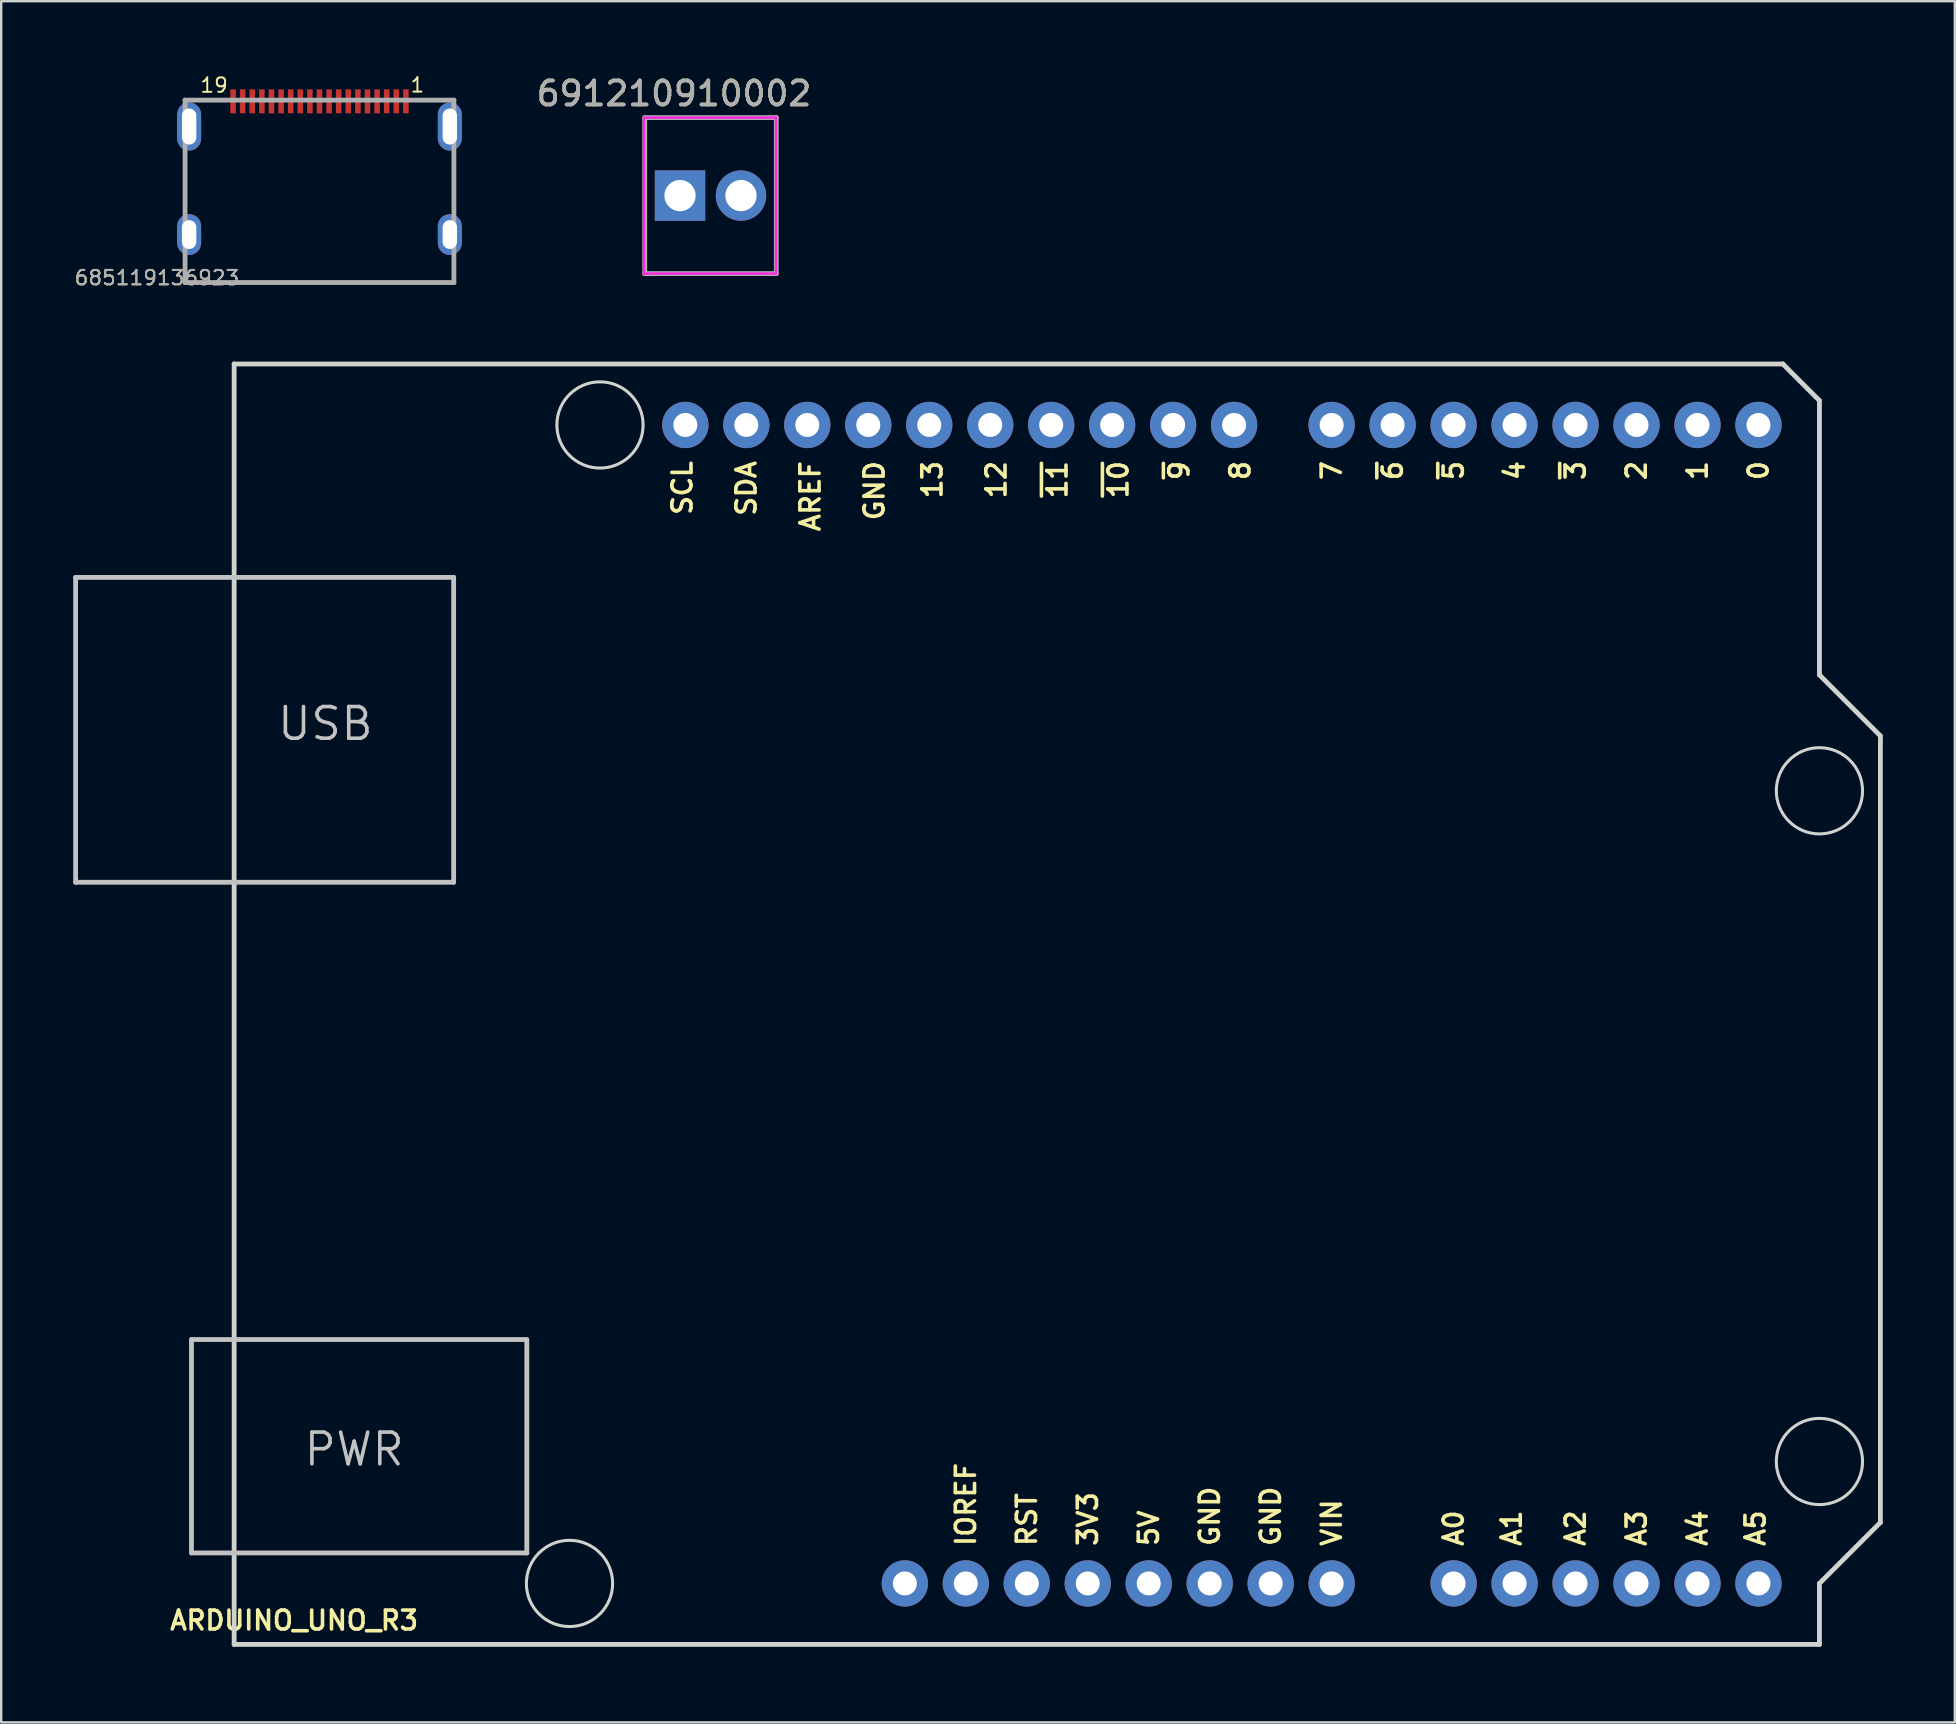
<source format=kicad_pcb>
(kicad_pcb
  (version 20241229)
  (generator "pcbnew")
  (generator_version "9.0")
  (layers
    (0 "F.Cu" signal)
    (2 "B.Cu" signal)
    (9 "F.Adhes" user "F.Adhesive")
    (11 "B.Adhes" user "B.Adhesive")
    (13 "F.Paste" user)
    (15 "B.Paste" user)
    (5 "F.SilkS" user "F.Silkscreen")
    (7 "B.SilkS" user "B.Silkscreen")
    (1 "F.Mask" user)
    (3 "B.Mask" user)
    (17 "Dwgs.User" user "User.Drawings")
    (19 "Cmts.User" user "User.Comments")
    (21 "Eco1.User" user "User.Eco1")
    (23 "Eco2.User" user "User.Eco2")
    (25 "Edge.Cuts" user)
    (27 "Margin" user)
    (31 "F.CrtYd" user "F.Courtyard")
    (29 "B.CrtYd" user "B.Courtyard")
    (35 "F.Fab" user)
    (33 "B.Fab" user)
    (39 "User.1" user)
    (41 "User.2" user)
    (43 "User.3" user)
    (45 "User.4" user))
  (footprint "685119136923"
    (layer "F.Cu")
    (at 10.259 4.471)
    (property "Reference" "685119136923" (at -6.77 4.05 0) (layer "F.SilkS") (effects (font (size 0.6 0.6) (thickness 0.08))))
    (attr through_hole)
    (fp_line (start -5.6 -0.85) (end -5.6 0.95) (stroke (width 0.1) (type solid)) (layer "F.SilkS"))
    (fp_line (start -5.6 3.65) (end -5.6 4.25) (stroke (width 0.1) (type solid)) (layer "F.SilkS"))
    (fp_line (start -5.6 4.25) (end 5.6 4.25) (stroke (width 0.1) (type solid)) (layer "F.SilkS"))
    (fp_line (start -4.8 -3.35) (end -4 -3.35) (stroke (width 0.1) (type solid)) (layer "F.SilkS"))
    (fp_line (start 4 -3.35) (end 4.8 -3.35) (stroke (width 0.1) (type solid)) (layer "F.SilkS"))
    (fp_line (start 5.6 -0.85) (end 5.6 0.95) (stroke (width 0.1) (type solid)) (layer "F.SilkS"))
    (fp_line (start 5.6 4.25) (end 5.6 3.65) (stroke (width 0.1) (type solid)) (layer "F.SilkS"))
    (fp_line (start -5.6 -3.35) (end 5.6 -3.35) (stroke (width 0.2) (type solid)) (layer "F.Fab"))
    (fp_line (start -5.6 4.25) (end -5.6 -3.35) (stroke (width 0.2) (type solid)) (layer "F.Fab"))
    (fp_line (start 5.6 -3.35) (end 5.6 4.25) (stroke (width 0.2) (type solid)) (layer "F.Fab"))
    (fp_line (start 5.6 4.25) (end -5.6 4.25) (stroke (width 0.2) (type solid)) (layer "F.Fab"))
    (fp_text user "1" (at 4.08 -3.98 0) (unlocked yes) (layer "F.SilkS") (effects (font (size 0.6 0.6) (thickness 0.08))))
    (fp_text user "19" (at -4.39 -3.97 0) (unlocked yes) (layer "F.SilkS") (effects (font (size 0.6 0.6) (thickness 0.08))))
    (fp_text user "${REFERENCE}" (at -6.77 4.05 0) (layer "F.Fab") (effects (font (size 0.6 0.6) (thickness 0.08))))
    (pad "1" smd rect (at 3.6 -3.3) (size 0.23 1) (layers "F.Cu" "F.Mask" "F.Paste"))
    (pad "2" smd rect (at 3.2 -3.3) (size 0.23 1) (layers "F.Cu" "F.Mask" "F.Paste"))
    (pad "3" smd rect (at 2.8 -3.3) (size 0.23 1) (layers "F.Cu" "F.Mask" "F.Paste"))
    (pad "4" smd rect (at 2.4 -3.3) (size 0.23 1) (layers "F.Cu" "F.Mask" "F.Paste"))
    (pad "5" smd rect (at 2 -3.3) (size 0.23 1) (layers "F.Cu" "F.Mask" "F.Paste"))
    (pad "6" smd rect (at 1.6 -3.3) (size 0.23 1) (layers "F.Cu" "F.Mask" "F.Paste"))
    (pad "7" smd rect (at 1.2 -3.3) (size 0.23 1) (layers "F.Cu" "F.Mask" "F.Paste"))
    (pad "8" smd rect (at 0.8 -3.3) (size 0.23 1) (layers "F.Cu" "F.Mask" "F.Paste"))
    (pad "9" smd rect (at 0.4 -3.3) (size 0.23 1) (layers "F.Cu" "F.Mask" "F.Paste"))
    (pad "10" smd rect (at 0 -3.3) (size 0.23 1) (layers "F.Cu" "F.Mask" "F.Paste"))
    (pad "11" smd rect (at -0.4 -3.3) (size 0.23 1) (layers "F.Cu" "F.Mask" "F.Paste"))
    (pad "12" smd rect (at -0.8 -3.3) (size 0.23 1) (layers "F.Cu" "F.Mask" "F.Paste"))
    (pad "13" smd rect (at -1.2 -3.3) (size 0.23 1) (layers "F.Cu" "F.Mask" "F.Paste"))
    (pad "14" smd rect (at -1.6 -3.3) (size 0.23 1) (layers "F.Cu" "F.Mask" "F.Paste"))
    (pad "15" smd rect (at -2 -3.3) (size 0.23 1) (layers "F.Cu" "F.Mask" "F.Paste"))
    (pad "16" smd rect (at -2.4 -3.3) (size 0.23 1) (layers "F.Cu" "F.Mask" "F.Paste"))
    (pad "17" smd rect (at -2.8 -3.3) (size 0.23 1) (layers "F.Cu" "F.Mask" "F.Paste"))
    (pad "18" smd rect (at -3.2 -3.3) (size 0.23 1) (layers "F.Cu" "F.Mask" "F.Paste"))
    (pad "19" smd rect (at -3.6 -3.3) (size 0.23 1) (layers "F.Cu" "F.Mask" "F.Paste"))
    (pad "SH" thru_hole oval (at -5.43 -2.25) (size 1 2) (drill oval 0.6 1.5) (layers "*.Cu" "*.Mask"))
    (pad "SH" thru_hole oval (at -5.43 2.25) (size 1 1.7) (drill oval 0.6 1.2) (layers "*.Cu" "*.Mask"))
    (pad "SH" thru_hole oval (at 5.43 -2.25) (size 1 2) (drill oval 0.6 1.5) (layers "*.Cu" "*.Mask"))
    (pad "SH" thru_hole oval (at 5.43 2.25) (size 1 1.7) (drill oval 0.6 1.2) (layers "*.Cu" "*.Mask")))
  (footprint "ARDUINO_UNO_R3"
    (layer "F.Cu")
    (at 6.704 65.453)
    (property "Reference" "ARDUINO_UNO_R3" (at 2.5 -1 0) (layer "F.SilkS") (effects (font (size 0.787 0.787) (thickness 0.15))))
    (attr through_hole)
    (fp_line (start -6.604 -44.45) (end -6.604 -31.75) (stroke (width 0.2) (type solid)) (layer "Dwgs.User"))
    (fp_line (start -6.604 -31.75) (end 9.144 -31.75) (stroke (width 0.2) (type solid)) (layer "Dwgs.User"))
    (fp_line (start -1.778 -12.7) (end -1.778 -3.81) (stroke (width 0.2) (type solid)) (layer "Dwgs.User"))
    (fp_line (start -1.778 -3.81) (end 12.192 -3.81) (stroke (width 0.2) (type solid)) (layer "Dwgs.User"))
    (fp_line (start 9.144 -44.45) (end -6.604 -44.45) (stroke (width 0.2) (type solid)) (layer "Dwgs.User"))
    (fp_line (start 9.144 -31.75) (end 9.144 -44.45) (stroke (width 0.2) (type solid)) (layer "Dwgs.User"))
    (fp_line (start 12.192 -12.7) (end -1.778 -12.7) (stroke (width 0.2) (type solid)) (layer "Dwgs.User"))
    (fp_line (start 12.192 -3.81) (end 12.192 -12.7) (stroke (width 0.2) (type solid)) (layer "Dwgs.User"))
    (fp_line (start 0 -53.34) (end 0 0) (stroke (width 0.2) (type solid)) (layer "Edge.Cuts"))
    (fp_line (start 0 0) (end 66.04 0) (stroke (width 0.2) (type solid)) (layer "Edge.Cuts"))
    (fp_line (start 64.516 -53.34) (end 0 -53.34) (stroke (width 0.2) (type solid)) (layer "Edge.Cuts"))
    (fp_line (start 66.04 -51.816) (end 64.516 -53.34) (stroke (width 0.2) (type solid)) (layer "Edge.Cuts"))
    (fp_line (start 66.04 -40.386) (end 66.04 -51.816) (stroke (width 0.2) (type solid)) (layer "Edge.Cuts"))
    (fp_line (start 66.04 -2.54) (end 68.58 -5.08) (stroke (width 0.2) (type solid)) (layer "Edge.Cuts"))
    (fp_line (start 66.04 0) (end 66.04 -2.54) (stroke (width 0.2) (type solid)) (layer "Edge.Cuts"))
    (fp_line (start 68.58 -37.846) (end 66.04 -40.386) (stroke (width 0.2) (type solid)) (layer "Edge.Cuts"))
    (fp_line (start 68.58 -5.08) (end 68.58 -37.846) (stroke (width 0.2) (type solid)) (layer "Edge.Cuts"))
    (fp_circle (center 13.97 -2.54) (end 15.766 -2.54) (stroke (width 0.127) (type solid)) (fill no) (layer "Edge.Cuts"))
    (fp_circle (center 15.24 -50.8) (end 17.036 -50.8) (stroke (width 0.127) (type solid)) (fill no) (layer "Edge.Cuts"))
    (fp_circle (center 66.04 -35.56) (end 67.836 -35.56) (stroke (width 0.127) (type solid)) (fill no) (layer "Edge.Cuts"))
    (fp_circle (center 66.04 -7.62) (end 67.836 -7.62) (stroke (width 0.127) (type solid)) (fill no) (layer "Edge.Cuts"))
    (fp_text user "A5" (at 63.373 -4.841 90) (layer "F.SilkS") (effects (font (size 0.8 0.8) (thickness 0.15))))
    (fp_text user "5V" (at 38.1 -4.841 90) (layer "F.SilkS") (effects (font (size 0.8 0.8) (thickness 0.15))))
    (fp_text user "0" (at 63.5 -48.9 90) (layer "F.SilkS") (effects (font (size 0.8 0.8) (thickness 0.15))))
    (fp_text user "AREF" (at 24.003 -47.833 90) (layer "F.SilkS") (effects (font (size 0.8 0.8) (thickness 0.15))))
    (fp_text user "GND" (at 40.64 -5.337 90) (layer "F.SilkS") (effects (font (size 0.8 0.8) (thickness 0.15))))
    (fp_text user "~{10}" (at 36.83 -48.519 90) (layer "F.SilkS") (effects (font (size 0.8 0.8) (thickness 0.15))))
    (fp_text user "7" (at 45.72 -48.9 90) (layer "F.SilkS") (effects (font (size 0.8 0.8) (thickness 0.15))))
    (fp_text user "2" (at 58.42 -48.9 270) (layer "F.SilkS") (effects (font (size 0.8 0.8) (thickness 0.15))))
    (fp_text user "3V3" (at 35.56 -5.222 90) (layer "F.SilkS") (effects (font (size 0.8 0.8) (thickness 0.15))))
    (fp_text user "~{5}" (at 50.8 -48.9 90) (layer "F.SilkS") (effects (font (size 0.8 0.8) (thickness 0.15))))
    (fp_text user "A0" (at 50.8 -4.841 90) (layer "F.SilkS") (effects (font (size 0.8 0.8) (thickness 0.15))))
    (fp_text user "RST" (at 33.02 -5.203 90) (layer "F.SilkS") (effects (font (size 0.8 0.8) (thickness 0.15))))
    (fp_text user "A3" (at 58.42 -4.841 90) (layer "F.SilkS") (effects (font (size 0.8 0.8) (thickness 0.15))))
    (fp_text user "A2" (at 55.88 -4.841 90) (layer "F.SilkS") (effects (font (size 0.8 0.8) (thickness 0.15))))
    (fp_text user "A1" (at 53.213 -4.841 90) (layer "F.SilkS") (effects (font (size 0.8 0.8) (thickness 0.15))))
    (fp_text user "~{11}" (at 34.29 -48.519 270) (layer "F.SilkS") (effects (font (size 0.8 0.8) (thickness 0.15))))
    (fp_text user "VIN" (at 45.72 -5.07 90) (layer "F.SilkS") (effects (font (size 0.8 0.8) (thickness 0.15))))
    (fp_text user "GND" (at 43.18 -5.337 90) (layer "F.SilkS") (effects (font (size 0.8 0.8) (thickness 0.15))))
    (fp_text user "SCL" (at 18.669 -48.176 90) (layer "F.SilkS") (effects (font (size 0.8 0.8) (thickness 0.15))))
    (fp_text user "~{3}" (at 55.88 -48.9 90) (layer "F.SilkS") (effects (font (size 0.8 0.8) (thickness 0.15))))
    (fp_text user "~{9}" (at 39.37 -48.9 90) (layer "F.SilkS") (effects (font (size 0.8 0.8) (thickness 0.15))))
    (fp_text user "IOREF" (at 30.48 -5.832 90) (layer "F.SilkS") (effects (font (size 0.8 0.8) (thickness 0.15))))
    (fp_text user "~{6}" (at 48.26 -48.9 90) (layer "F.SilkS") (effects (font (size 0.8 0.8) (thickness 0.15))))
    (fp_text user "A4" (at 60.96 -4.841 90) (layer "F.SilkS") (effects (font (size 0.8 0.8) (thickness 0.15))))
    (fp_text user "8" (at 41.91 -48.9 90) (layer "F.SilkS") (effects (font (size 0.8 0.8) (thickness 0.15))))
    (fp_text user "SDA" (at 21.336 -48.157 90) (layer "F.SilkS") (effects (font (size 0.8 0.8) (thickness 0.15))))
    (fp_text user "4" (at 53.34 -48.9 90) (layer "F.SilkS") (effects (font (size 0.8 0.8) (thickness 0.15))))
    (fp_text user "GND" (at 26.67 -48.062 90) (layer "F.SilkS") (effects (font (size 0.8 0.8) (thickness 0.15))))
    (fp_text user "1" (at 60.96 -48.9 90) (layer "F.SilkS") (effects (font (size 0.8 0.8) (thickness 0.15))))
    (fp_text user "13" (at 29.083 -48.519 90) (layer "F.SilkS") (effects (font (size 0.8 0.8) (thickness 0.15))))
    (fp_text user "12" (at 31.75 -48.519 90) (layer "F.SilkS") (effects (font (size 0.8 0.8) (thickness 0.15))))
    (fp_text user "USB" (at 3.8 -38.354 0) (layer "Dwgs.User") (effects (font (size 1.32 1.32) (thickness 0.15))))
    (fp_text user "PWR" (at 5 -8.128 0) (layer "Dwgs.User") (effects (font (size 1.32 1.32) (thickness 0.15))))
    (pad "3V" thru_hole circle (at 35.56 -2.54) (size 1.93 1.93) (drill 1) (layers "*.Cu" "*.Mask"))
    (pad "5V" thru_hole circle (at 38.1 -2.54) (size 1.93 1.93) (drill 1) (layers "*.Cu" "*.Mask"))
    (pad "A0" thru_hole circle (at 50.8 -2.54) (size 1.93 1.93) (drill 1) (layers "*.Cu" "*.Mask"))
    (pad "A1" thru_hole circle (at 53.34 -2.54) (size 1.93 1.93) (drill 1) (layers "*.Cu" "*.Mask"))
    (pad "A2" thru_hole circle (at 55.88 -2.54) (size 1.93 1.93) (drill 1) (layers "*.Cu" "*.Mask"))
    (pad "A3" thru_hole circle (at 58.42 -2.54) (size 1.93 1.93) (drill 1) (layers "*.Cu" "*.Mask"))
    (pad "A4" thru_hole circle (at 60.96 -2.54) (size 1.93 1.93) (drill 1) (layers "*.Cu" "*.Mask"))
    (pad "A5" thru_hole circle (at 63.5 -2.54) (size 1.93 1.93) (drill 1) (layers "*.Cu" "*.Mask"))
    (pad "AREF" thru_hole circle (at 23.876 -50.8) (size 1.93 1.93) (drill 1) (layers "*.Cu" "*.Mask"))
    (pad "D0" thru_hole circle (at 63.5 -50.8) (size 1.93 1.93) (drill 1) (layers "*.Cu" "*.Mask"))
    (pad "D1" thru_hole circle (at 60.96 -50.8) (size 1.93 1.93) (drill 1) (layers "*.Cu" "*.Mask"))
    (pad "D2" thru_hole circle (at 58.42 -50.8) (size 1.93 1.93) (drill 1) (layers "*.Cu" "*.Mask"))
    (pad "D3" thru_hole circle (at 55.88 -50.8) (size 1.93 1.93) (drill 1) (layers "*.Cu" "*.Mask"))
    (pad "D4" thru_hole circle (at 53.34 -50.8) (size 1.93 1.93) (drill 1) (layers "*.Cu" "*.Mask"))
    (pad "D5" thru_hole circle (at 50.8 -50.8) (size 1.93 1.93) (drill 1) (layers "*.Cu" "*.Mask"))
    (pad "D6" thru_hole circle (at 48.26 -50.8) (size 1.93 1.93) (drill 1) (layers "*.Cu" "*.Mask"))
    (pad "D7" thru_hole circle (at 45.72 -50.8) (size 1.93 1.93) (drill 1) (layers "*.Cu" "*.Mask"))
    (pad "D8" thru_hole circle (at 41.656 -50.8) (size 1.93 1.93) (drill 1) (layers "*.Cu" "*.Mask"))
    (pad "D9" thru_hole circle (at 39.116 -50.8) (size 1.93 1.93) (drill 1) (layers "*.Cu" "*.Mask"))
    (pad "D10" thru_hole circle (at 36.576 -50.8) (size 1.93 1.93) (drill 1) (layers "*.Cu" "*.Mask"))
    (pad "D11" thru_hole circle (at 34.036 -50.8) (size 1.93 1.93) (drill 1) (layers "*.Cu" "*.Mask"))
    (pad "D12" thru_hole circle (at 31.496 -50.8) (size 1.93 1.93) (drill 1) (layers "*.Cu" "*.Mask"))
    (pad "D13" thru_hole circle (at 28.956 -50.8) (size 1.93 1.93) (drill 1) (layers "*.Cu" "*.Mask"))
    (pad "GND" thru_hole circle (at 26.416 -50.8) (size 1.93 1.93) (drill 1) (layers "*.Cu" "*.Mask"))
    (pad "GND1" thru_hole circle (at 43.18 -2.54) (size 1.93 1.93) (drill 1) (layers "*.Cu" "*.Mask"))
    (pad "GND2" thru_hole circle (at 40.64 -2.54) (size 1.93 1.93) (drill 1) (layers "*.Cu" "*.Mask"))
    (pad "IOREF" thru_hole circle (at 30.48 -2.54) (size 1.93 1.93) (drill 1) (layers "*.Cu" "*.Mask"))
    (pad "RESERVED" thru_hole circle (at 27.94 -2.54) (size 1.93 1.93) (drill 1) (layers "*.Cu" "*.Mask"))
    (pad "RESET" thru_hole circle (at 33.02 -2.54) (size 1.93 1.93) (drill 1) (layers "*.Cu" "*.Mask"))
    (pad "SCL" thru_hole circle (at 18.796 -50.8) (size 1.93 1.93) (drill 1) (layers "*.Cu" "*.Mask"))
    (pad "SDA" thru_hole circle (at 21.336 -50.8) (size 1.93 1.93) (drill 1) (layers "*.Cu" "*.Mask"))
    (pad "VIN" thru_hole circle (at 45.72 -2.54) (size 1.93 1.93) (drill 1) (layers "*.Cu" "*.Mask")))
  (footprint "691210910002"
    (layer "F.Cu")
    (at 25.278 5.098)
    (property "Reference" "691210910002" (at -0.25 -4.25 0) (layer "F.SilkS") (effects (font (size 1 1) (thickness 0.15))))
    (attr through_hole)
    (fp_line (start -1.47 -3.25) (end 4.01 -3.25) (stroke (width 0.1) (type solid)) (layer "F.SilkS"))
    (fp_line (start -1.47 3.25) (end -1.47 -3.25) (stroke (width 0.1) (type solid)) (layer "F.SilkS"))
    (fp_line (start 4.01 -3.25) (end 4.01 3.25) (stroke (width 0.1) (type solid)) (layer "F.SilkS"))
    (fp_line (start 4.01 3.25) (end -1.47 3.25) (stroke (width 0.1) (type solid)) (layer "F.SilkS"))
    (fp_line (start -1.5 -3.25) (end -1.5 3.25) (stroke (width 0.1) (type solid)) (layer "F.CrtYd"))
    (fp_line (start -1.5 -3.25) (end 4 -3.25) (stroke (width 0.1) (type solid)) (layer "F.CrtYd"))
    (fp_line (start -1.5 3.25) (end 4 3.25) (stroke (width 0.1) (type solid)) (layer "F.CrtYd"))
    (fp_line (start 4 -3.25) (end 4 3.25) (stroke (width 0.1) (type solid)) (layer "F.CrtYd"))
    (fp_line (start -1.47 -3.25) (end 4.01 -3.25) (stroke (width 0.2) (type solid)) (layer "F.Fab"))
    (fp_line (start -1.47 3.25) (end -1.47 -3.25) (stroke (width 0.2) (type solid)) (layer "F.Fab"))
    (fp_line (start 4.01 -3.25) (end 4.01 3.25) (stroke (width 0.2) (type solid)) (layer "F.Fab"))
    (fp_line (start 4.01 3.25) (end -1.47 3.25) (stroke (width 0.2) (type solid)) (layer "F.Fab"))
    (fp_text user "${REFERENCE}" (at -0.25 -4.25 0) (layer "F.Fab") (effects (font (size 1 1) (thickness 0.15))))
    (pad "1" thru_hole rect (at 0 0) (size 2.1 2.1) (drill 1.3) (layers "*.Cu" "*.Mask"))
    (pad "2" thru_hole circle (at 2.54 0) (size 2.1 2.1) (drill 1.3) (layers "*.Cu" "*.Mask")))
  (gr_rect
    (start -3 -3)
    (end 78.384 68.703)
    (stroke (width 0.1) (type default))
    (fill no)
    (layer "Edge.Cuts")))
</source>
